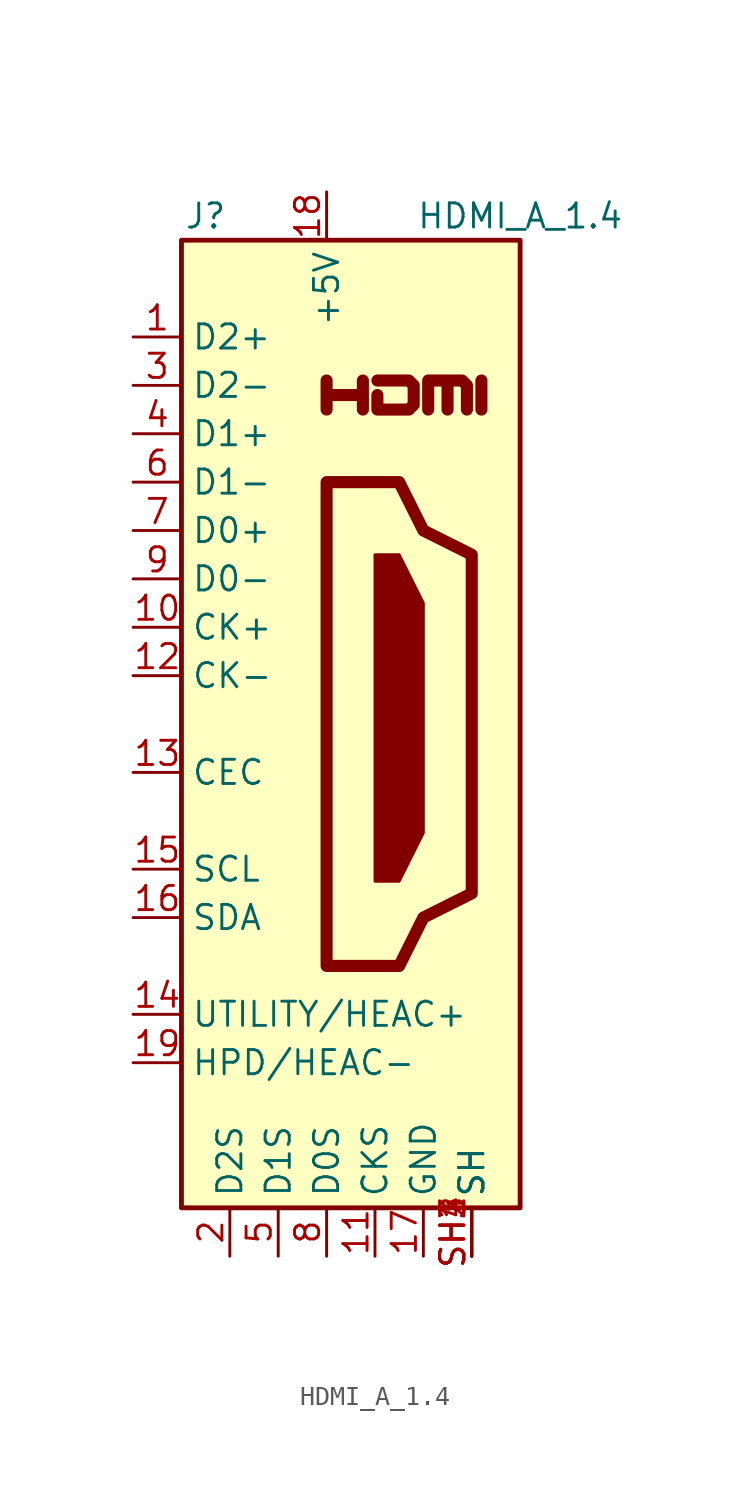
<source format=kicad_sym>
(kicad_symbol_lib
  (version 20201005)
  (generator kicad_symbol_editor)
  (symbol "CM4IO:HDMI_A_1.4"
    (property "Reference" "J"
      (at -6.35 26.67 0)
      (effects (font (size 1.27 1.27))))
    (property "Value" "HDMI_A_1.4"
      (at 10.16 26.67 0)
      (effects (font (size 1.27 1.27))))
    (symbol "HDMI_A_1.4_0_0"
      (polyline (pts (xy 8.128 16.51) (xy 8.128 18.034)) (stroke (width 0.635)) (fill (type none)))
      (polyline (pts (xy 0 16.51) (xy 0 18.034) (xy 0 17.272) (xy 1.905 17.272) (xy 1.905 18.034) (xy 1.905 16.51)) (stroke (width 0.635)) (fill (type none)))
      (polyline (pts (xy 2.667 18.034) (xy 4.318 18.034) (xy 4.572 17.78) (xy 4.572 16.764) (xy 4.318 16.51) (xy 2.667 16.51) (xy 2.667 17.272)) (stroke (width 0.635)) (fill (type none)))
      (pin passive line (at 7.62 -27.94 90) (length 2.54) (name "SH" (effects (font (size 1.27 1.27)))) (number "SH2" (effects (font (size 1.27 1.27)))))
      (pin passive line (at 7.62 -27.94 90) (length 2.54) (name "SH" (effects (font (size 1.27 1.27)))) (number "SH3" (effects (font (size 1.27 1.27)))))
      (pin passive line (at 7.62 -27.94 90) (length 2.54) (name "SH" (effects (font (size 1.27 1.27)))) (number "SH4" (effects (font (size 1.27 1.27))))))
    (symbol "HDMI_A_1.4_0_1"
      (rectangle (start -7.62 25.4) (end 10.16 -25.4) (stroke (width 0.254)) (fill (type background)))
      (polyline (pts (xy 2.54 8.89) (xy 3.81 8.89) (xy 5.08 6.35) (xy 5.08 -5.715) (xy 3.81 -8.255) (xy 2.54 -8.255) (xy 2.54 8.89)) (stroke (width 0)) (fill (type outline)))
      (polyline (pts (xy 5.334 16.51) (xy 5.334 18.034) (xy 6.35 18.034) (xy 6.35 16.51) (xy 6.35 18.034) (xy 7.112 18.034) (xy 7.366 17.78) (xy 7.366 16.51)) (stroke (width 0.635)) (fill (type none)))
      (polyline (pts (xy 0 12.7) (xy 0 -12.7) (xy 3.81 -12.7) (xy 5.08 -10.16) (xy 7.62 -8.89) (xy 7.62 8.89) (xy 5.08 10.16) (xy 3.81 12.7) (xy 0 12.7)) (stroke (width 0.635)) (fill (type none))))
    (symbol "HDMI_A_1.4_1_1"
      (pin passive line (at -10.16 20.32 0) (length 2.54) (name "D2+" (effects (font (size 1.27 1.27)))) (number "1" (effects (font (size 1.27 1.27)))))
      (pin passive line (at -10.16 5.08 0) (length 2.54) (name "CK+" (effects (font (size 1.27 1.27)))) (number "10" (effects (font (size 1.27 1.27)))))
      (pin power_in line (at 2.54 -27.94 90) (length 2.54) (name "CKS" (effects (font (size 1.27 1.27)))) (number "11" (effects (font (size 1.27 1.27)))))
      (pin passive line (at -10.16 2.54 0) (length 2.54) (name "CK-" (effects (font (size 1.27 1.27)))) (number "12" (effects (font (size 1.27 1.27)))))
      (pin bidirectional line (at -10.16 -2.54 0) (length 2.54) (name "CEC" (effects (font (size 1.27 1.27)))) (number "13" (effects (font (size 1.27 1.27)))))
      (pin passive line (at -10.16 -15.24 0) (length 2.54) (name "UTILITY/HEAC+" (effects (font (size 1.27 1.27)))) (number "14" (effects (font (size 1.27 1.27)))))
      (pin passive line (at -10.16 -7.62 0) (length 2.54) (name "SCL" (effects (font (size 1.27 1.27)))) (number "15" (effects (font (size 1.27 1.27)))))
      (pin bidirectional line (at -10.16 -10.16 0) (length 2.54) (name "SDA" (effects (font (size 1.27 1.27)))) (number "16" (effects (font (size 1.27 1.27)))))
      (pin power_in line (at 5.08 -27.94 90) (length 2.54) (name "GND" (effects (font (size 1.27 1.27)))) (number "17" (effects (font (size 1.27 1.27)))))
      (pin power_in line (at 0 27.94 270) (length 2.54) (name "+5V" (effects (font (size 1.27 1.27)))) (number "18" (effects (font (size 1.27 1.27)))))
      (pin passive line (at -10.16 -17.78 0) (length 2.54) (name "HPD/HEAC-" (effects (font (size 1.27 1.27)))) (number "19" (effects (font (size 1.27 1.27)))))
      (pin power_in line (at -5.08 -27.94 90) (length 2.54) (name "D2S" (effects (font (size 1.27 1.27)))) (number "2" (effects (font (size 1.27 1.27)))))
      (pin passive line (at -10.16 17.78 0) (length 2.54) (name "D2-" (effects (font (size 1.27 1.27)))) (number "3" (effects (font (size 1.27 1.27)))))
      (pin passive line (at -10.16 15.24 0) (length 2.54) (name "D1+" (effects (font (size 1.27 1.27)))) (number "4" (effects (font (size 1.27 1.27)))))
      (pin power_in line (at -2.54 -27.94 90) (length 2.54) (name "D1S" (effects (font (size 1.27 1.27)))) (number "5" (effects (font (size 1.27 1.27)))))
      (pin passive line (at -10.16 12.7 0) (length 2.54) (name "D1-" (effects (font (size 1.27 1.27)))) (number "6" (effects (font (size 1.27 1.27)))))
      (pin passive line (at -10.16 10.16 0) (length 2.54) (name "D0+" (effects (font (size 1.27 1.27)))) (number "7" (effects (font (size 1.27 1.27)))))
      (pin power_in line (at 0 -27.94 90) (length 2.54) (name "D0S" (effects (font (size 1.27 1.27)))) (number "8" (effects (font (size 1.27 1.27)))))
      (pin passive line (at -10.16 7.62 0) (length 2.54) (name "D0-" (effects (font (size 1.27 1.27)))) (number "9" (effects (font (size 1.27 1.27)))))
      (pin passive line (at 7.62 -27.94 90) (length 2.54) (name "SH" (effects (font (size 1.27 1.27)))) (number "SH1" (effects (font (size 1.27 1.27))))))))
</source>
